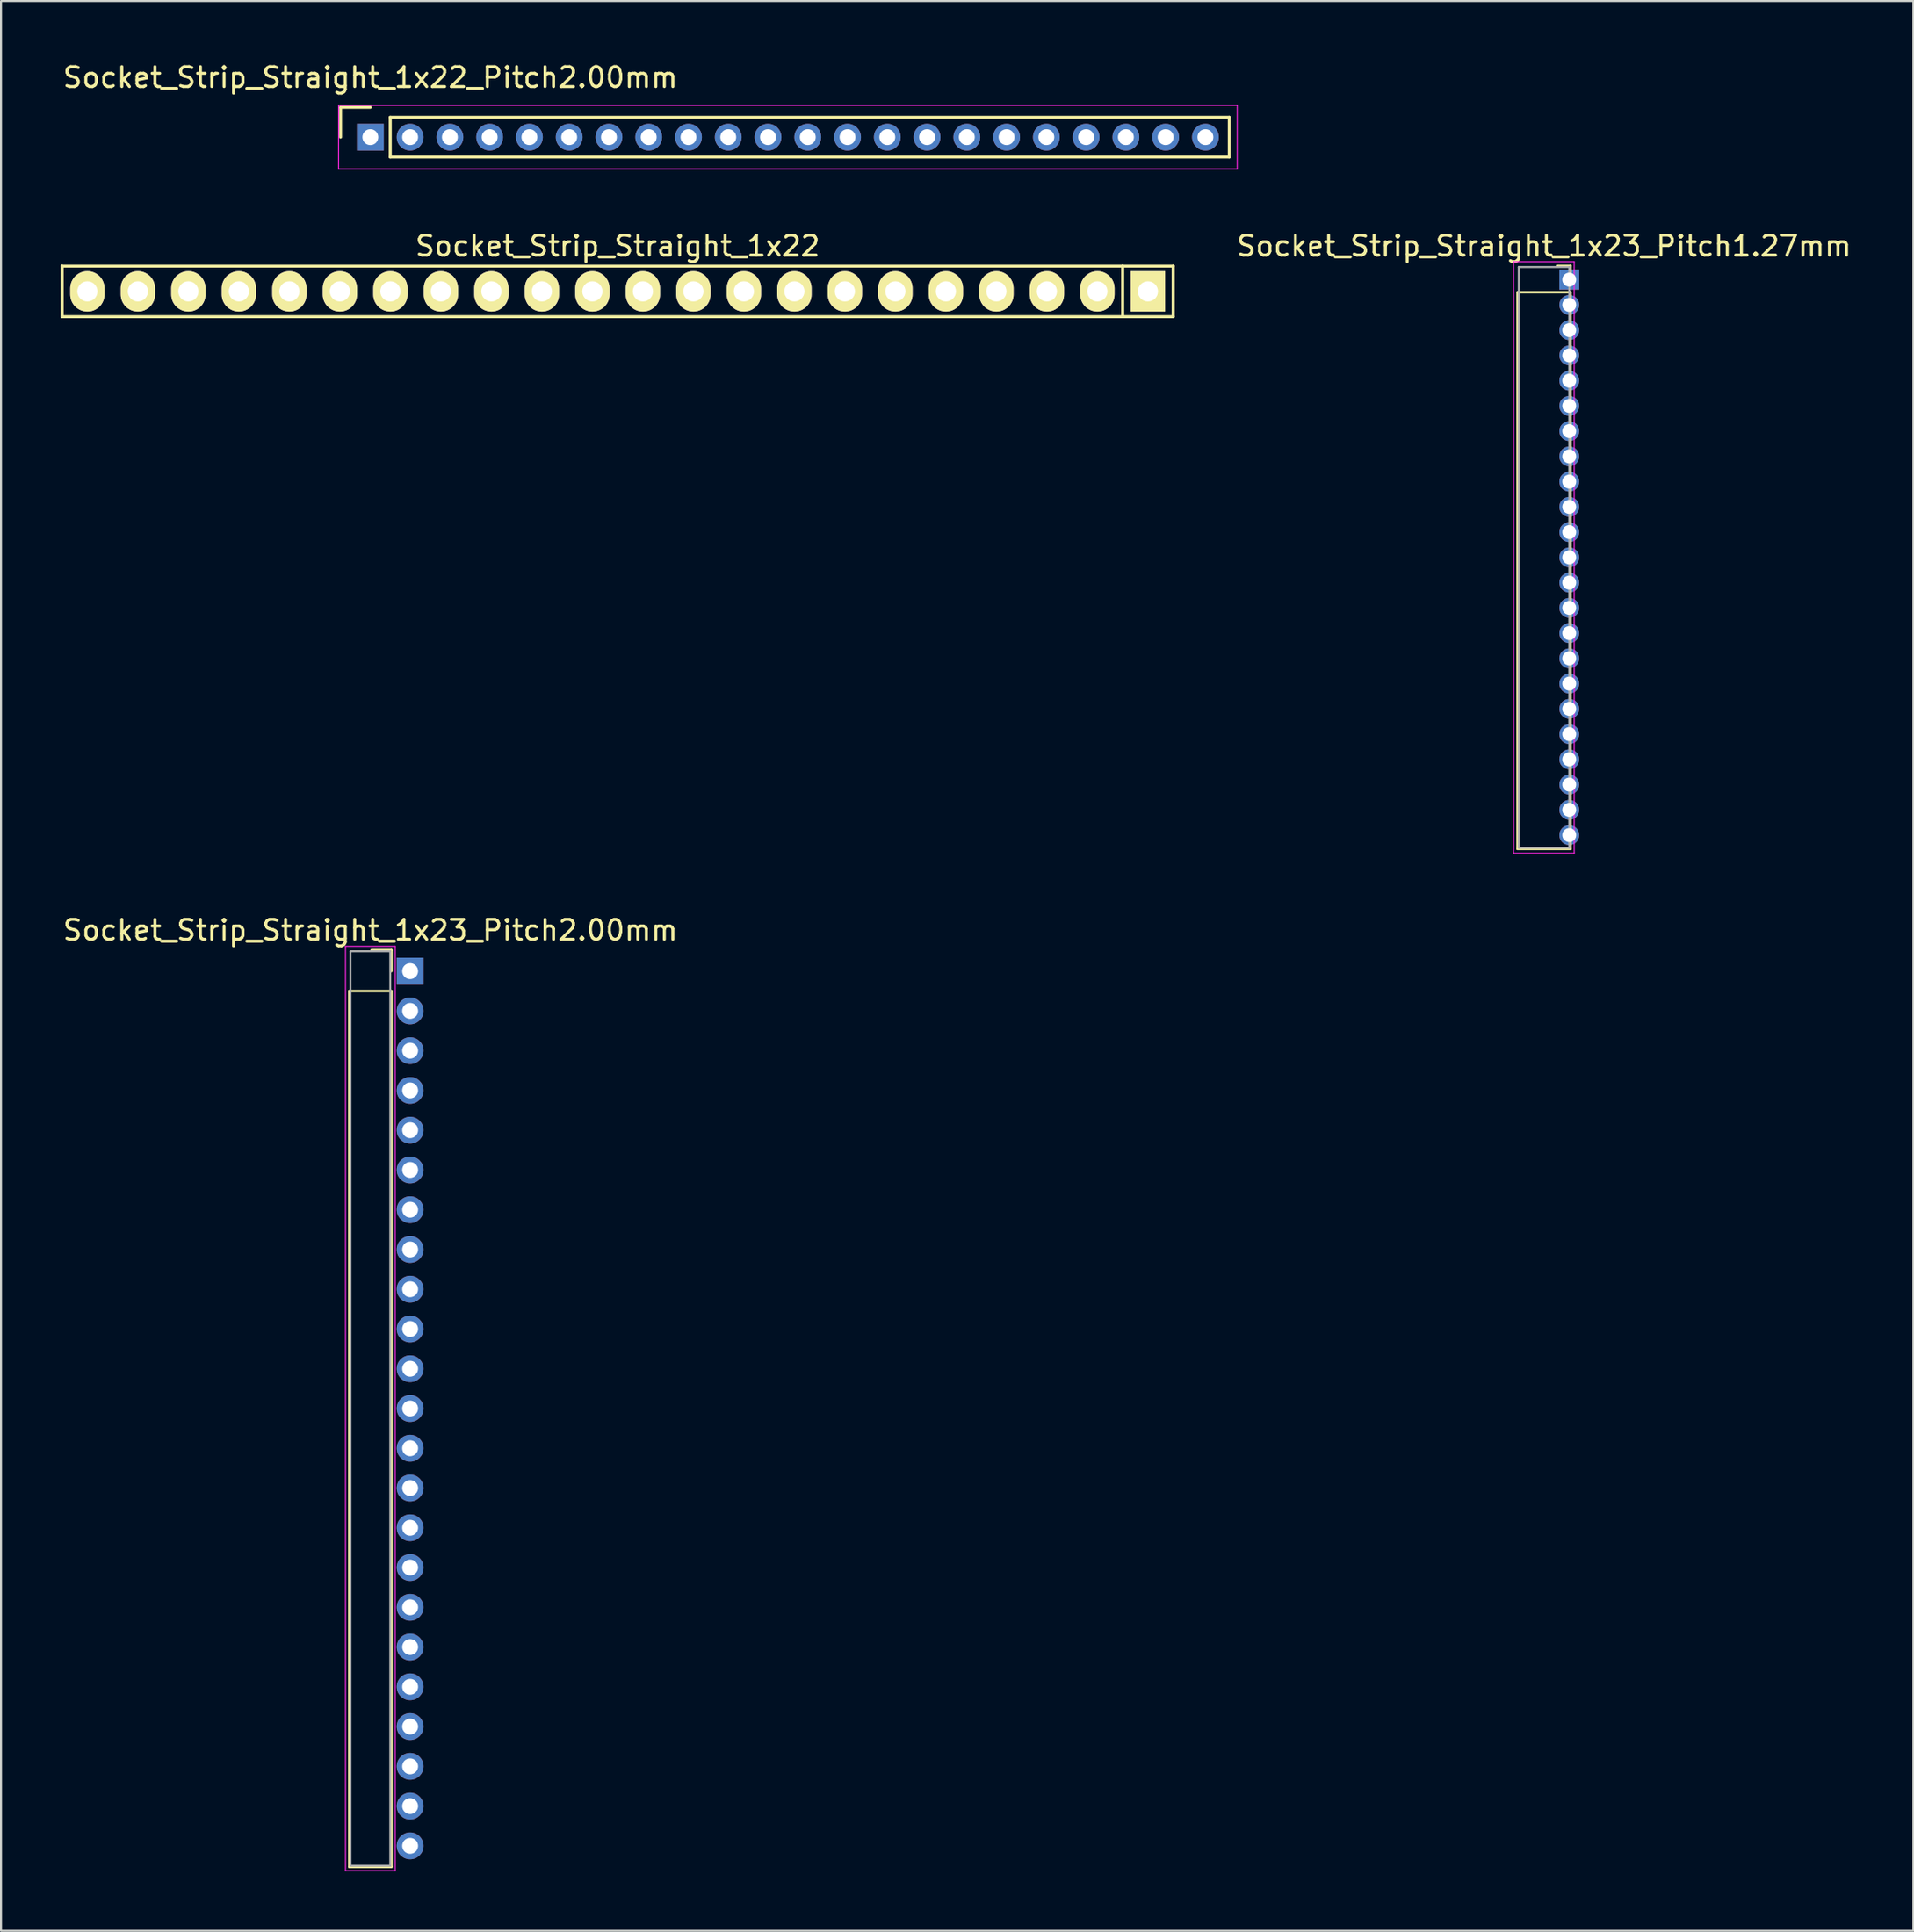
<source format=kicad_pcb>
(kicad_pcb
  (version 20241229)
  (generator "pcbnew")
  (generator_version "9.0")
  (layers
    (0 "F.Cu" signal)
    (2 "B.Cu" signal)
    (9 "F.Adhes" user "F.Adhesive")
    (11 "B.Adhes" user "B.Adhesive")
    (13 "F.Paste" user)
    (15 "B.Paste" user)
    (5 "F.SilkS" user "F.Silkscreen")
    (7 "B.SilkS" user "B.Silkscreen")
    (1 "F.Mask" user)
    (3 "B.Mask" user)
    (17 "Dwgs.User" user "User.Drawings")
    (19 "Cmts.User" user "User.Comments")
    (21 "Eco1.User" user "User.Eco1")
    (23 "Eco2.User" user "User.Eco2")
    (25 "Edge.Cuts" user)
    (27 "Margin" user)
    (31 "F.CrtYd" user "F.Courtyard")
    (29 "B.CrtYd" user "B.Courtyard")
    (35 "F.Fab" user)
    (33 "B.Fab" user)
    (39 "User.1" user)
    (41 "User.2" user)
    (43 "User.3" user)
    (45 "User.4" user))
  (footprint "Socket_Strip_Straight_1x22"
    (layer "F.Cu")
    (at 28.015 11.607)
    (property "Reference" "Socket_Strip_Straight_1x22" (at 0 -2.286 0) (layer "F.SilkS") (effects (font (size 1 1) (thickness 0.15))))
    (attr through_hole)
    (fp_line (start -27.94 -1.27) (end 25.4 -1.27) (stroke (width 0.15) (type solid)) (layer "F.SilkS"))
    (fp_line (start -27.94 1.27) (end -27.94 -1.27) (stroke (width 0.15) (type solid)) (layer "F.SilkS"))
    (fp_line (start 25.4 -1.27) (end 25.4 1.27) (stroke (width 0.15) (type solid)) (layer "F.SilkS"))
    (fp_line (start 25.4 1.27) (end -27.94 1.27) (stroke (width 0.15) (type solid)) (layer "F.SilkS"))
    (fp_line (start 27.94 -1.27) (end 25.4 -1.27) (stroke (width 0.15) (type solid)) (layer "F.SilkS"))
    (fp_line (start 27.94 -1.27) (end 27.94 1.27) (stroke (width 0.15) (type solid)) (layer "F.SilkS"))
    (fp_line (start 27.94 1.27) (end 25.4 1.27) (stroke (width 0.15) (type solid)) (layer "F.SilkS"))
    (pad "1" thru_hole rect (at 26.67 0 180) (size 1.727 2.032) (drill 1.016) (layers "*.Cu" "*.Mask" "F.SilkS"))
    (pad "2" thru_hole oval (at 24.13 0 180) (size 1.727 2.032) (drill 1.016) (layers "*.Cu" "*.Mask" "F.SilkS"))
    (pad "3" thru_hole oval (at 21.59 0 180) (size 1.727 2.032) (drill 1.016) (layers "*.Cu" "*.Mask" "F.SilkS"))
    (pad "4" thru_hole oval (at 19.05 0 180) (size 1.727 2.032) (drill 1.016) (layers "*.Cu" "*.Mask" "F.SilkS"))
    (pad "5" thru_hole oval (at 16.51 0 180) (size 1.727 2.032) (drill 1.016) (layers "*.Cu" "*.Mask" "F.SilkS"))
    (pad "6" thru_hole oval (at 13.97 0 180) (size 1.727 2.032) (drill 1.016) (layers "*.Cu" "*.Mask" "F.SilkS"))
    (pad "7" thru_hole oval (at 11.43 0 180) (size 1.727 2.032) (drill 1.016) (layers "*.Cu" "*.Mask" "F.SilkS"))
    (pad "8" thru_hole oval (at 8.89 0 180) (size 1.727 2.032) (drill 1.016) (layers "*.Cu" "*.Mask" "F.SilkS"))
    (pad "9" thru_hole oval (at 6.35 0 180) (size 1.727 2.032) (drill 1.016) (layers "*.Cu" "*.Mask" "F.SilkS"))
    (pad "10" thru_hole oval (at 3.81 0 180) (size 1.727 2.032) (drill 1.016) (layers "*.Cu" "*.Mask" "F.SilkS"))
    (pad "11" thru_hole oval (at 1.27 0 180) (size 1.727 2.032) (drill 1.016) (layers "*.Cu" "*.Mask" "F.SilkS"))
    (pad "12" thru_hole oval (at -1.27 0 180) (size 1.727 2.032) (drill 1.016) (layers "*.Cu" "*.Mask" "F.SilkS"))
    (pad "13" thru_hole oval (at -3.81 0 180) (size 1.727 2.032) (drill 1.016) (layers "*.Cu" "*.Mask" "F.SilkS"))
    (pad "14" thru_hole oval (at -6.35 0 180) (size 1.727 2.032) (drill 1.016) (layers "*.Cu" "*.Mask" "F.SilkS"))
    (pad "15" thru_hole oval (at -8.89 0 180) (size 1.727 2.032) (drill 1.016) (layers "*.Cu" "*.Mask" "F.SilkS"))
    (pad "16" thru_hole oval (at -11.43 0 180) (size 1.727 2.032) (drill 1.016) (layers "*.Cu" "*.Mask" "F.SilkS"))
    (pad "17" thru_hole oval (at -13.97 0 180) (size 1.727 2.032) (drill 1.016) (layers "*.Cu" "*.Mask" "F.SilkS"))
    (pad "18" thru_hole oval (at -16.51 0 180) (size 1.727 2.032) (drill 1.016) (layers "*.Cu" "*.Mask" "F.SilkS"))
    (pad "19" thru_hole oval (at -19.05 0 180) (size 1.727 2.032) (drill 1.016) (layers "*.Cu" "*.Mask" "F.SilkS"))
    (pad "20" thru_hole oval (at -21.59 0 180) (size 1.727 2.032) (drill 1.016) (layers "*.Cu" "*.Mask" "F.SilkS"))
    (pad "21" thru_hole oval (at -24.13 0 180) (size 1.727 2.032) (drill 1.016) (layers "*.Cu" "*.Mask" "F.SilkS"))
    (pad "22" thru_hole oval (at -26.67 0 180) (size 1.727 2.032) (drill 1.016) (layers "*.Cu" "*.Mask" "F.SilkS")))
  (footprint "Socket_Strip_Straight_1x23_Pitch1.27mm"
    (layer "F.Cu")
    (at 75.877 11.017)
    (property "Reference" "Socket_Strip_Straight_1x23_Pitch1.27mm" (at -1.27 -1.695 0) (layer "F.SilkS") (effects (font (size 1 1) (thickness 0.15))))
    (attr through_hole)
    (fp_line (start -2.6 0.635) (end -2.6 28.635) (stroke (width 0.12) (type solid)) (layer "F.SilkS"))
    (fp_line (start -2.6 28.635) (end 0.06 28.635) (stroke (width 0.12) (type solid)) (layer "F.SilkS"))
    (fp_line (start 0.06 -0.695) (end -0.575 -0.695) (stroke (width 0.12) (type solid)) (layer "F.SilkS"))
    (fp_line (start 0.06 0) (end 0.06 -0.695) (stroke (width 0.12) (type solid)) (layer "F.SilkS"))
    (fp_line (start 0.06 0.635) (end -2.6 0.635) (stroke (width 0.12) (type solid)) (layer "F.SilkS"))
    (fp_line (start 0.06 28.635) (end 0.06 0.635) (stroke (width 0.12) (type solid)) (layer "F.SilkS"))
    (fp_line (start -2.8 -0.9) (end -2.8 28.85) (stroke (width 0.05) (type solid)) (layer "F.CrtYd"))
    (fp_line (start -2.8 28.85) (end 0.25 28.85) (stroke (width 0.05) (type solid)) (layer "F.CrtYd"))
    (fp_line (start 0.25 -0.9) (end -2.8 -0.9) (stroke (width 0.05) (type solid)) (layer "F.CrtYd"))
    (fp_line (start 0.25 28.85) (end 0.25 -0.9) (stroke (width 0.05) (type solid)) (layer "F.CrtYd"))
    (fp_line (start -2.54 -0.635) (end -2.54 28.575) (stroke (width 0.1) (type solid)) (layer "F.Fab"))
    (fp_line (start -2.54 28.575) (end 0 28.575) (stroke (width 0.1) (type solid)) (layer "F.Fab"))
    (fp_line (start 0 -0.635) (end -2.54 -0.635) (stroke (width 0.1) (type solid)) (layer "F.Fab"))
    (fp_line (start 0 28.575) (end 0 -0.635) (stroke (width 0.1) (type solid)) (layer "F.Fab"))
    (pad "1" thru_hole rect (at 0 0) (size 1 1) (drill 0.7) (layers "*.Cu" "*.Mask"))
    (pad "2" thru_hole oval (at 0 1.27) (size 1 1) (drill 0.7) (layers "*.Cu" "*.Mask"))
    (pad "3" thru_hole oval (at 0 2.54) (size 1 1) (drill 0.7) (layers "*.Cu" "*.Mask"))
    (pad "4" thru_hole oval (at 0 3.81) (size 1 1) (drill 0.7) (layers "*.Cu" "*.Mask"))
    (pad "5" thru_hole oval (at 0 5.08) (size 1 1) (drill 0.7) (layers "*.Cu" "*.Mask"))
    (pad "6" thru_hole oval (at 0 6.35) (size 1 1) (drill 0.7) (layers "*.Cu" "*.Mask"))
    (pad "7" thru_hole oval (at 0 7.62) (size 1 1) (drill 0.7) (layers "*.Cu" "*.Mask"))
    (pad "8" thru_hole oval (at 0 8.89) (size 1 1) (drill 0.7) (layers "*.Cu" "*.Mask"))
    (pad "9" thru_hole oval (at 0 10.16) (size 1 1) (drill 0.7) (layers "*.Cu" "*.Mask"))
    (pad "10" thru_hole oval (at 0 11.43) (size 1 1) (drill 0.7) (layers "*.Cu" "*.Mask"))
    (pad "11" thru_hole oval (at 0 12.7) (size 1 1) (drill 0.7) (layers "*.Cu" "*.Mask"))
    (pad "12" thru_hole oval (at 0 13.97) (size 1 1) (drill 0.7) (layers "*.Cu" "*.Mask"))
    (pad "13" thru_hole oval (at 0 15.24) (size 1 1) (drill 0.7) (layers "*.Cu" "*.Mask"))
    (pad "14" thru_hole oval (at 0 16.51) (size 1 1) (drill 0.7) (layers "*.Cu" "*.Mask"))
    (pad "15" thru_hole oval (at 0 17.78) (size 1 1) (drill 0.7) (layers "*.Cu" "*.Mask"))
    (pad "16" thru_hole oval (at 0 19.05) (size 1 1) (drill 0.7) (layers "*.Cu" "*.Mask"))
    (pad "17" thru_hole oval (at 0 20.32) (size 1 1) (drill 0.7) (layers "*.Cu" "*.Mask"))
    (pad "18" thru_hole oval (at 0 21.59) (size 1 1) (drill 0.7) (layers "*.Cu" "*.Mask"))
    (pad "19" thru_hole oval (at 0 22.86) (size 1 1) (drill 0.7) (layers "*.Cu" "*.Mask"))
    (pad "20" thru_hole oval (at 0 24.13) (size 1 1) (drill 0.7) (layers "*.Cu" "*.Mask"))
    (pad "21" thru_hole oval (at 0 25.4) (size 1 1) (drill 0.7) (layers "*.Cu" "*.Mask"))
    (pad "22" thru_hole oval (at 0 26.67) (size 1 1) (drill 0.7) (layers "*.Cu" "*.Mask"))
    (pad "23" thru_hole oval (at 0 27.94) (size 1 1) (drill 0.7) (layers "*.Cu" "*.Mask")))
  (footprint "Socket_Strip_Straight_1x22_Pitch2.00mm"
    (layer "F.Cu")
    (at 15.577 3.848)
    (property "Reference" "Socket_Strip_Straight_1x22_Pitch2.00mm" (at 0 -3 0) (layer "F.SilkS") (effects (font (size 1 1) (thickness 0.15))))
    (attr through_hole)
    (fp_line (start -1.5 -1.5) (end -1.5 0) (stroke (width 0.15) (type solid)) (layer "F.SilkS"))
    (fp_line (start 0 -1.5) (end -1.5 -1.5) (stroke (width 0.15) (type solid)) (layer "F.SilkS"))
    (fp_line (start 1 -1) (end 1 1) (stroke (width 0.15) (type solid)) (layer "F.SilkS"))
    (fp_line (start 1 1) (end 43.2 1) (stroke (width 0.15) (type solid)) (layer "F.SilkS"))
    (fp_line (start 43.2 -1) (end 1 -1) (stroke (width 0.15) (type solid)) (layer "F.SilkS"))
    (fp_line (start 43.2 1) (end 43.2 -1) (stroke (width 0.15) (type solid)) (layer "F.SilkS"))
    (fp_line (start -1.6 -1.6) (end -1.6 1.6) (stroke (width 0.05) (type solid)) (layer "F.CrtYd"))
    (fp_line (start -1.6 1.6) (end 43.6 1.6) (stroke (width 0.05) (type solid)) (layer "F.CrtYd"))
    (fp_line (start 43.6 -1.6) (end -1.6 -1.6) (stroke (width 0.05) (type solid)) (layer "F.CrtYd"))
    (fp_line (start 43.6 1.6) (end 43.6 -1.6) (stroke (width 0.05) (type solid)) (layer "F.CrtYd"))
    (pad "1" thru_hole rect (at 0 0) (size 1.35 1.35) (drill 0.8) (layers "*.Cu" "*.Mask"))
    (pad "2" thru_hole circle (at 2 0) (size 1.35 1.35) (drill 0.8) (layers "*.Cu" "*.Mask"))
    (pad "3" thru_hole circle (at 4 0) (size 1.35 1.35) (drill 0.8) (layers "*.Cu" "*.Mask"))
    (pad "4" thru_hole circle (at 6 0) (size 1.35 1.35) (drill 0.8) (layers "*.Cu" "*.Mask"))
    (pad "5" thru_hole circle (at 8 0) (size 1.35 1.35) (drill 0.8) (layers "*.Cu" "*.Mask"))
    (pad "6" thru_hole circle (at 10 0) (size 1.35 1.35) (drill 0.8) (layers "*.Cu" "*.Mask"))
    (pad "7" thru_hole circle (at 12 0) (size 1.35 1.35) (drill 0.8) (layers "*.Cu" "*.Mask"))
    (pad "8" thru_hole circle (at 14 0) (size 1.35 1.35) (drill 0.8) (layers "*.Cu" "*.Mask"))
    (pad "9" thru_hole circle (at 16 0) (size 1.35 1.35) (drill 0.8) (layers "*.Cu" "*.Mask"))
    (pad "10" thru_hole circle (at 18 0) (size 1.35 1.35) (drill 0.8) (layers "*.Cu" "*.Mask"))
    (pad "11" thru_hole circle (at 20 0) (size 1.35 1.35) (drill 0.8) (layers "*.Cu" "*.Mask"))
    (pad "12" thru_hole circle (at 22 0) (size 1.35 1.35) (drill 0.8) (layers "*.Cu" "*.Mask"))
    (pad "13" thru_hole circle (at 24 0) (size 1.35 1.35) (drill 0.8) (layers "*.Cu" "*.Mask"))
    (pad "14" thru_hole circle (at 26 0) (size 1.35 1.35) (drill 0.8) (layers "*.Cu" "*.Mask"))
    (pad "15" thru_hole circle (at 28 0) (size 1.35 1.35) (drill 0.8) (layers "*.Cu" "*.Mask"))
    (pad "16" thru_hole circle (at 30 0) (size 1.35 1.35) (drill 0.8) (layers "*.Cu" "*.Mask"))
    (pad "17" thru_hole circle (at 32 0) (size 1.35 1.35) (drill 0.8) (layers "*.Cu" "*.Mask"))
    (pad "18" thru_hole circle (at 34 0) (size 1.35 1.35) (drill 0.8) (layers "*.Cu" "*.Mask"))
    (pad "19" thru_hole circle (at 36 0) (size 1.35 1.35) (drill 0.8) (layers "*.Cu" "*.Mask"))
    (pad "20" thru_hole circle (at 38 0) (size 1.35 1.35) (drill 0.8) (layers "*.Cu" "*.Mask"))
    (pad "21" thru_hole circle (at 40 0) (size 1.35 1.35) (drill 0.8) (layers "*.Cu" "*.Mask"))
    (pad "22" thru_hole circle (at 42 0) (size 1.35 1.35) (drill 0.8) (layers "*.Cu" "*.Mask")))
  (footprint "Socket_Strip_Straight_1x23_Pitch2.00mm"
    (layer "F.Cu")
    (at 17.577 45.8)
    (property "Reference" "Socket_Strip_Straight_1x23_Pitch2.00mm" (at -2 -2.06 0) (layer "F.SilkS") (effects (font (size 1 1) (thickness 0.15))))
    (attr through_hole)
    (fp_line (start -3.06 1) (end -3.06 45.06) (stroke (width 0.12) (type solid)) (layer "F.SilkS"))
    (fp_line (start -3.06 45.06) (end -0.94 45.06) (stroke (width 0.12) (type solid)) (layer "F.SilkS"))
    (fp_line (start -0.94 -1.06) (end -1.94 -1.06) (stroke (width 0.12) (type solid)) (layer "F.SilkS"))
    (fp_line (start -0.94 0) (end -0.94 -1.06) (stroke (width 0.12) (type solid)) (layer "F.SilkS"))
    (fp_line (start -0.94 1) (end -3.06 1) (stroke (width 0.12) (type solid)) (layer "F.SilkS"))
    (fp_line (start -0.94 45.06) (end -0.94 1) (stroke (width 0.12) (type solid)) (layer "F.SilkS"))
    (fp_line (start -3.25 -1.25) (end -3.25 45.25) (stroke (width 0.05) (type solid)) (layer "F.CrtYd"))
    (fp_line (start -3.25 45.25) (end -0.75 45.25) (stroke (width 0.05) (type solid)) (layer "F.CrtYd"))
    (fp_line (start -0.75 -1.25) (end -3.25 -1.25) (stroke (width 0.05) (type solid)) (layer "F.CrtYd"))
    (fp_line (start -0.75 45.25) (end -0.75 -1.25) (stroke (width 0.05) (type solid)) (layer "F.CrtYd"))
    (fp_line (start -3 -1) (end -3 45) (stroke (width 0.1) (type solid)) (layer "F.Fab"))
    (fp_line (start -3 45) (end -1 45) (stroke (width 0.1) (type solid)) (layer "F.Fab"))
    (fp_line (start -1 -1) (end -3 -1) (stroke (width 0.1) (type solid)) (layer "F.Fab"))
    (fp_line (start -1 45) (end -1 -1) (stroke (width 0.1) (type solid)) (layer "F.Fab"))
    (pad "1" thru_hole rect (at 0 0) (size 1.35 1.35) (drill 0.8) (layers "*.Cu" "*.Mask"))
    (pad "2" thru_hole oval (at 0 2) (size 1.35 1.35) (drill 0.8) (layers "*.Cu" "*.Mask"))
    (pad "3" thru_hole oval (at 0 4) (size 1.35 1.35) (drill 0.8) (layers "*.Cu" "*.Mask"))
    (pad "4" thru_hole oval (at 0 6) (size 1.35 1.35) (drill 0.8) (layers "*.Cu" "*.Mask"))
    (pad "5" thru_hole oval (at 0 8) (size 1.35 1.35) (drill 0.8) (layers "*.Cu" "*.Mask"))
    (pad "6" thru_hole oval (at 0 10) (size 1.35 1.35) (drill 0.8) (layers "*.Cu" "*.Mask"))
    (pad "7" thru_hole oval (at 0 12) (size 1.35 1.35) (drill 0.8) (layers "*.Cu" "*.Mask"))
    (pad "8" thru_hole oval (at 0 14) (size 1.35 1.35) (drill 0.8) (layers "*.Cu" "*.Mask"))
    (pad "9" thru_hole oval (at 0 16) (size 1.35 1.35) (drill 0.8) (layers "*.Cu" "*.Mask"))
    (pad "10" thru_hole oval (at 0 18) (size 1.35 1.35) (drill 0.8) (layers "*.Cu" "*.Mask"))
    (pad "11" thru_hole oval (at 0 20) (size 1.35 1.35) (drill 0.8) (layers "*.Cu" "*.Mask"))
    (pad "12" thru_hole oval (at 0 22) (size 1.35 1.35) (drill 0.8) (layers "*.Cu" "*.Mask"))
    (pad "13" thru_hole oval (at 0 24) (size 1.35 1.35) (drill 0.8) (layers "*.Cu" "*.Mask"))
    (pad "14" thru_hole oval (at 0 26) (size 1.35 1.35) (drill 0.8) (layers "*.Cu" "*.Mask"))
    (pad "15" thru_hole oval (at 0 28) (size 1.35 1.35) (drill 0.8) (layers "*.Cu" "*.Mask"))
    (pad "16" thru_hole oval (at 0 30) (size 1.35 1.35) (drill 0.8) (layers "*.Cu" "*.Mask"))
    (pad "17" thru_hole oval (at 0 32) (size 1.35 1.35) (drill 0.8) (layers "*.Cu" "*.Mask"))
    (pad "18" thru_hole oval (at 0 34) (size 1.35 1.35) (drill 0.8) (layers "*.Cu" "*.Mask"))
    (pad "19" thru_hole oval (at 0 36) (size 1.35 1.35) (drill 0.8) (layers "*.Cu" "*.Mask"))
    (pad "20" thru_hole oval (at 0 38) (size 1.35 1.35) (drill 0.8) (layers "*.Cu" "*.Mask"))
    (pad "21" thru_hole oval (at 0 40) (size 1.35 1.35) (drill 0.8) (layers "*.Cu" "*.Mask"))
    (pad "22" thru_hole oval (at 0 42) (size 1.35 1.35) (drill 0.8) (layers "*.Cu" "*.Mask"))
    (pad "23" thru_hole oval (at 0 44) (size 1.35 1.35) (drill 0.8) (layers "*.Cu" "*.Mask")))
  (gr_rect
    (start -3 -3)
    (end 93.185 94.075)
    (stroke (width 0.1) (type default))
    (fill no)
    (layer "Edge.Cuts")))
</source>
